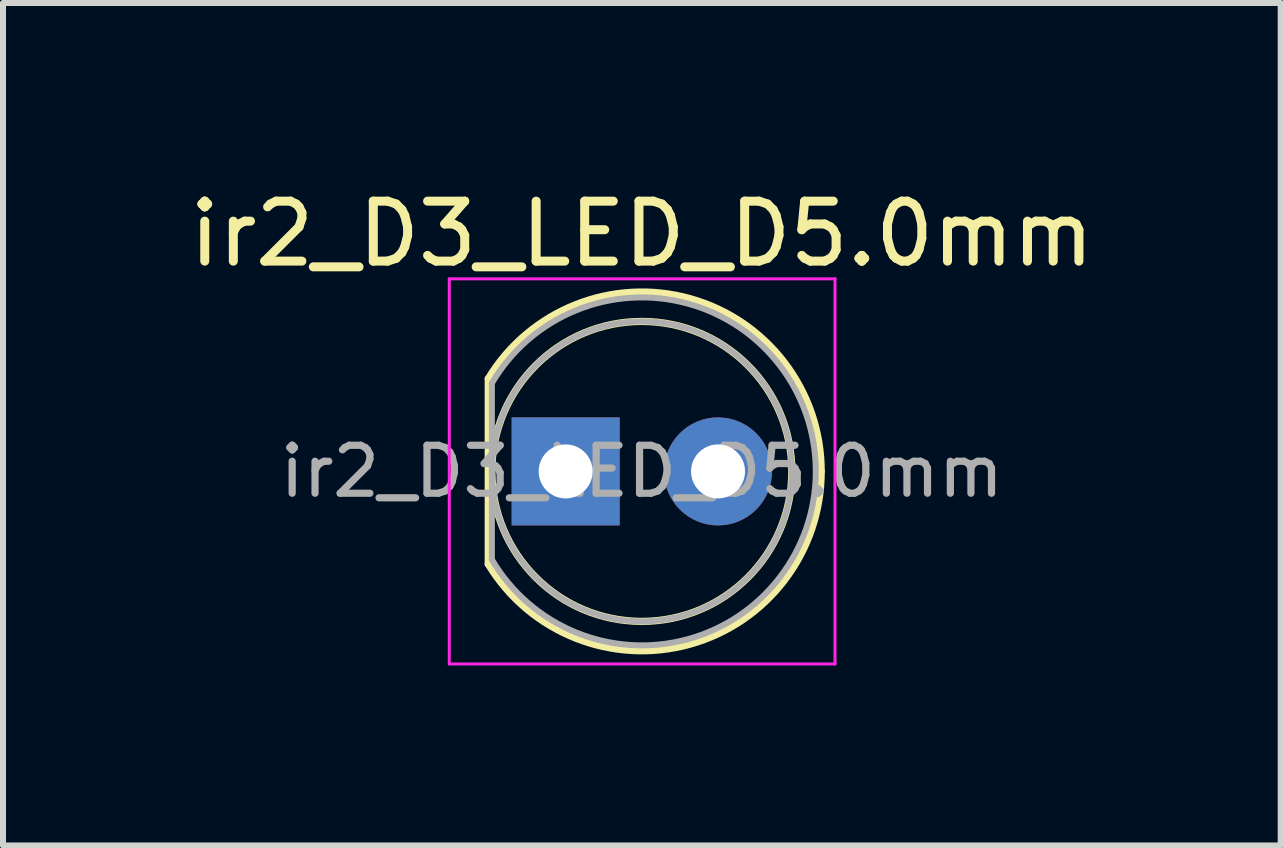
<source format=kicad_pcb>
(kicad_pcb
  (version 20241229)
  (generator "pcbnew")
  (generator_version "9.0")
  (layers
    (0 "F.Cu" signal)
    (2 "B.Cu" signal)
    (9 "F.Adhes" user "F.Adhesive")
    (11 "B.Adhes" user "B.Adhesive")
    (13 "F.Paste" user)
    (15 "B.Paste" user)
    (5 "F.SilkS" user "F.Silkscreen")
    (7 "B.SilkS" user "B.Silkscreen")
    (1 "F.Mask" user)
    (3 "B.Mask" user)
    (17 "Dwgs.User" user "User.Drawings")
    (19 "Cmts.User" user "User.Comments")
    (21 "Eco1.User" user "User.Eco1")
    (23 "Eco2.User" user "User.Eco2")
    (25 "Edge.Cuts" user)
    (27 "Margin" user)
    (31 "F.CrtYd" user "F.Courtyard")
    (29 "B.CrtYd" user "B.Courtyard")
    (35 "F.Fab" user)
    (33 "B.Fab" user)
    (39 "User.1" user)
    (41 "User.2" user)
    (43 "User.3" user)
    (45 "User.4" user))
  (footprint "ir2_D3_LED_D5.0mm"
    (layer "F.Cu")
    (at 6.379 4.808)
    (property "Reference" "ir2_D3_LED_D5.0mm" (at 1.27 -3.96 0) (layer "F.SilkS") (effects (font (size 1 1) (thickness 0.15))))
    (attr through_hole)
    (fp_line (start -1.29 -1.545) (end -1.29 1.545) (stroke (width 0.12) (type solid)) (layer "F.SilkS"))
    (fp_arc (start -1.29 -1.54483) (mid 2.071779 -2.880495) (end 4.26 0) (stroke (width 0.12) (type solid)) (layer "F.SilkS"))
    (fp_arc (start 4.26 0) (mid 2.071779 2.880495) (end -1.29 1.54483) (stroke (width 0.12) (type solid)) (layer "F.SilkS"))
    (fp_circle (center 1.27 0) (end 3.77 0) (stroke (width 0.12) (type solid)) (fill no) (layer "F.SilkS"))
    (fp_line (start -1.94 -3.21) (end -1.94 3.21) (stroke (width 0.05) (type solid)) (layer "F.CrtYd"))
    (fp_line (start -1.94 3.21) (end 4.49 3.21) (stroke (width 0.05) (type solid)) (layer "F.CrtYd"))
    (fp_line (start 4.49 -3.21) (end -1.94 -3.21) (stroke (width 0.05) (type solid)) (layer "F.CrtYd"))
    (fp_line (start 4.49 3.21) (end 4.49 -3.21) (stroke (width 0.05) (type solid)) (layer "F.CrtYd"))
    (fp_line (start -1.23 -1.47) (end -1.23 1.47) (stroke (width 0.1) (type solid)) (layer "F.Fab"))
    (fp_arc (start -1.23 -1.469694) (mid 4.17 0) (end -1.23 1.469694) (stroke (width 0.1) (type solid)) (layer "F.Fab"))
    (fp_circle (center 1.27 0) (end 3.77 0) (stroke (width 0.1) (type solid)) (fill no) (layer "F.Fab"))
    (fp_text user "${REFERENCE}" (at 1.27 0 0) (layer "F.Fab") (effects (font (size 0.8 0.8) (thickness 0.12))))
    (pad "1" thru_hole rect (at 0 0) (size 1.8 1.8) (drill 0.9) (layers "*.Cu" "*.Mask"))
    (pad "2" thru_hole circle (at 2.54 0) (size 1.8 1.8) (drill 0.9) (layers "*.Cu" "*.Mask")))
  (gr_rect
    (start -3 -3)
    (end 18.298 11.043)
    (stroke (width 0.1) (type default))
    (fill no)
    (layer "Edge.Cuts")))
</source>
